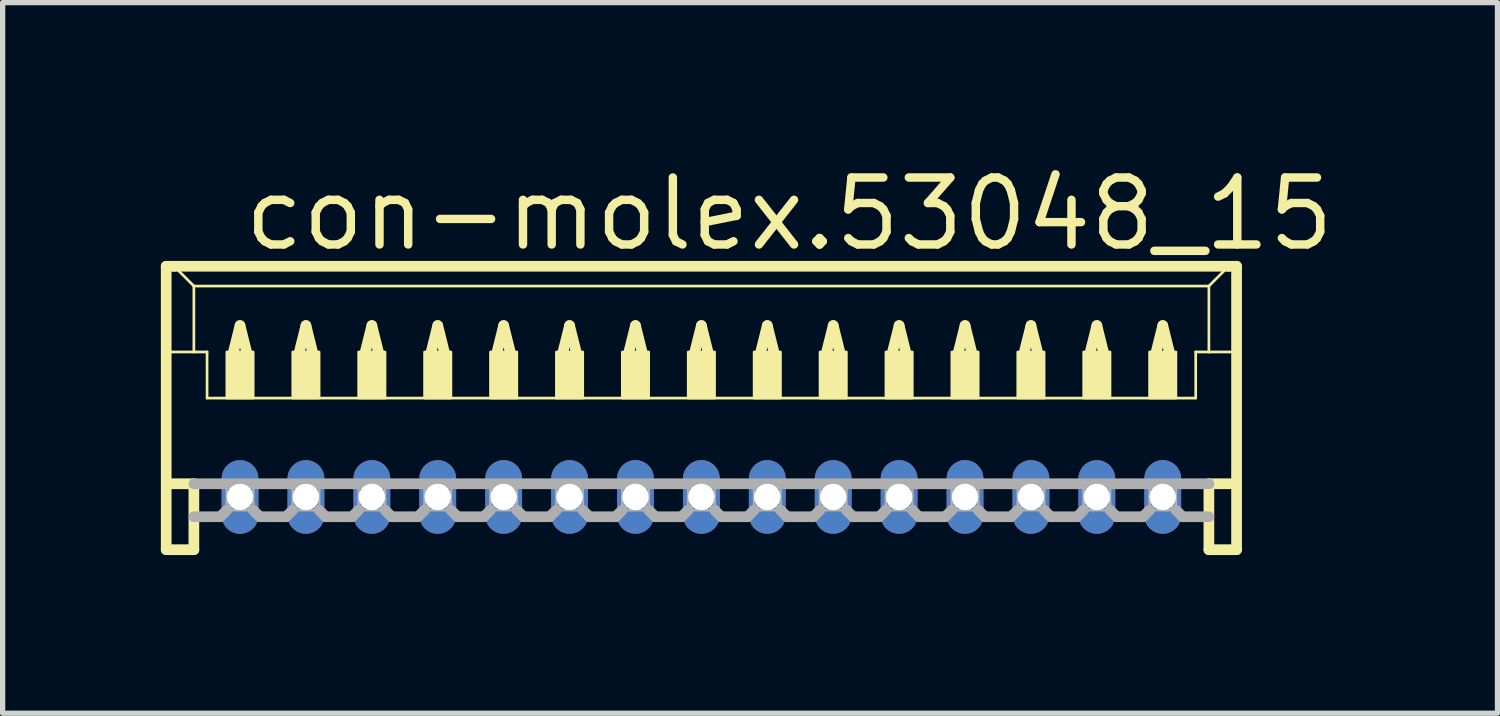
<source format=kicad_pcb>
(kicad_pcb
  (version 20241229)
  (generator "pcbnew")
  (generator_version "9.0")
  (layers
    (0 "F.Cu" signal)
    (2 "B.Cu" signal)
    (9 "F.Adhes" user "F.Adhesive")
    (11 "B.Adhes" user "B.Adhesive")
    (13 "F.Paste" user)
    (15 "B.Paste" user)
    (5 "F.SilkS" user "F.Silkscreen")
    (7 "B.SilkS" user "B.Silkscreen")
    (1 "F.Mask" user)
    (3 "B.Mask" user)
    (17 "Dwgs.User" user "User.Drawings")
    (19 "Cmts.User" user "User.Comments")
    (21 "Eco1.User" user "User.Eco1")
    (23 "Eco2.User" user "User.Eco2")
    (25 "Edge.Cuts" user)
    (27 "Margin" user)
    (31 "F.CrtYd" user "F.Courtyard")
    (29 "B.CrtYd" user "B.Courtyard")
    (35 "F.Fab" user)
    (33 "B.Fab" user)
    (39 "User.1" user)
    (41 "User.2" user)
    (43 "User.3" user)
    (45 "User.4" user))
  (footprint "con-molex.53048_15"
    (layer "F.Cu")
    (at 10.252 5.125)
    (property "Reference" "con-molex.53048_15" (at -8.75 -3.375 0) (layer "F.SilkS") (effects (font (size 1.27 1.27) (thickness 0.16)) (justify left bottom)))
    (attr through_hole)
    (fp_line (start -10.15 -3.125) (end -10.15 2.25) (stroke (width 0.203) (type default)) (layer "F.SilkS"))
    (fp_line (start -10.15 2.25) (end -9.625 2.25) (stroke (width 0.203) (type default)) (layer "F.SilkS"))
    (fp_line (start -10.125 -1.5) (end -9.625 -1.5) (stroke (width 0.051) (type default)) (layer "F.SilkS"))
    (fp_line (start -10.125 1) (end -9.625 1) (stroke (width 0.203) (type default)) (layer "F.SilkS"))
    (fp_line (start -10 -3.125) (end -10.15 -3.125) (stroke (width 0.203) (type default)) (layer "F.SilkS"))
    (fp_line (start -9.625 -2.75) (end -10 -3.125) (stroke (width 0.051) (type default)) (layer "F.SilkS"))
    (fp_line (start -9.625 -2.75) (end 9.625 -2.75) (stroke (width 0.051) (type default)) (layer "F.SilkS"))
    (fp_line (start -9.625 -1.5) (end -9.625 -2.75) (stroke (width 0.051) (type default)) (layer "F.SilkS"))
    (fp_line (start -9.625 -1.5) (end -9.375 -1.5) (stroke (width 0.051) (type default)) (layer "F.SilkS"))
    (fp_line (start -9.625 1) (end -9.625 2.25) (stroke (width 0.203) (type default)) (layer "F.SilkS"))
    (fp_line (start -9.375 -1.5) (end -9.375 -0.625) (stroke (width 0.051) (type default)) (layer "F.SilkS"))
    (fp_line (start -9.375 -0.625) (end 9.375 -0.625) (stroke (width 0.051) (type default)) (layer "F.SilkS"))
    (fp_line (start -8.875 -1.5) (end -8.75 -2) (stroke (width 0.203) (type default)) (layer "F.SilkS"))
    (fp_line (start -8.75 -2) (end -8.625 -1.5) (stroke (width 0.203) (type default)) (layer "F.SilkS"))
    (fp_line (start -7.625 -1.5) (end -7.5 -2) (stroke (width 0.203) (type default)) (layer "F.SilkS"))
    (fp_line (start -7.5 -2) (end -7.375 -1.5) (stroke (width 0.203) (type default)) (layer "F.SilkS"))
    (fp_line (start -6.375 -1.5) (end -6.25 -2) (stroke (width 0.203) (type default)) (layer "F.SilkS"))
    (fp_line (start -6.25 -2) (end -6.125 -1.5) (stroke (width 0.203) (type default)) (layer "F.SilkS"))
    (fp_line (start -5.125 -1.5) (end -5 -2) (stroke (width 0.203) (type default)) (layer "F.SilkS"))
    (fp_line (start -5 -2) (end -4.875 -1.5) (stroke (width 0.203) (type default)) (layer "F.SilkS"))
    (fp_line (start -3.875 -1.5) (end -3.75 -2) (stroke (width 0.203) (type default)) (layer "F.SilkS"))
    (fp_line (start -3.75 -2) (end -3.625 -1.5) (stroke (width 0.203) (type default)) (layer "F.SilkS"))
    (fp_line (start -2.625 -1.5) (end -2.5 -2) (stroke (width 0.203) (type default)) (layer "F.SilkS"))
    (fp_line (start -2.5 -2) (end -2.375 -1.5) (stroke (width 0.203) (type default)) (layer "F.SilkS"))
    (fp_line (start -1.375 -1.5) (end -1.25 -2) (stroke (width 0.203) (type default)) (layer "F.SilkS"))
    (fp_line (start -1.25 -2) (end -1.125 -1.5) (stroke (width 0.203) (type default)) (layer "F.SilkS"))
    (fp_line (start -0.125 -1.5) (end 0 -2) (stroke (width 0.203) (type default)) (layer "F.SilkS"))
    (fp_line (start 0 -2) (end 0.125 -1.5) (stroke (width 0.203) (type default)) (layer "F.SilkS"))
    (fp_line (start 1.125 -1.5) (end 1.25 -2) (stroke (width 0.203) (type default)) (layer "F.SilkS"))
    (fp_line (start 1.25 -2) (end 1.375 -1.5) (stroke (width 0.203) (type default)) (layer "F.SilkS"))
    (fp_line (start 2.375 -1.5) (end 2.5 -2) (stroke (width 0.203) (type default)) (layer "F.SilkS"))
    (fp_line (start 2.5 -2) (end 2.625 -1.5) (stroke (width 0.203) (type default)) (layer "F.SilkS"))
    (fp_line (start 3.625 -1.5) (end 3.75 -2) (stroke (width 0.203) (type default)) (layer "F.SilkS"))
    (fp_line (start 3.75 -2) (end 3.875 -1.5) (stroke (width 0.203) (type default)) (layer "F.SilkS"))
    (fp_line (start 4.875 -1.5) (end 5 -2) (stroke (width 0.203) (type default)) (layer "F.SilkS"))
    (fp_line (start 5 -2) (end 5.125 -1.5) (stroke (width 0.203) (type default)) (layer "F.SilkS"))
    (fp_line (start 6.125 -1.5) (end 6.25 -2) (stroke (width 0.203) (type default)) (layer "F.SilkS"))
    (fp_line (start 6.25 -2) (end 6.375 -1.5) (stroke (width 0.203) (type default)) (layer "F.SilkS"))
    (fp_line (start 7.375 -1.5) (end 7.5 -2) (stroke (width 0.203) (type default)) (layer "F.SilkS"))
    (fp_line (start 7.5 -2) (end 7.625 -1.5) (stroke (width 0.203) (type default)) (layer "F.SilkS"))
    (fp_line (start 8.625 -1.5) (end 8.75 -2) (stroke (width 0.203) (type default)) (layer "F.SilkS"))
    (fp_line (start 8.75 -2) (end 8.875 -1.5) (stroke (width 0.203) (type default)) (layer "F.SilkS"))
    (fp_line (start 9.375 -1.5) (end 9.375 -0.625) (stroke (width 0.051) (type default)) (layer "F.SilkS"))
    (fp_line (start 9.375 -1.5) (end 9.625 -1.5) (stroke (width 0.051) (type default)) (layer "F.SilkS"))
    (fp_line (start 9.625 -2.75) (end 9.625 -1.5) (stroke (width 0.051) (type default)) (layer "F.SilkS"))
    (fp_line (start 9.625 -2.75) (end 10 -3.125) (stroke (width 0.051) (type default)) (layer "F.SilkS"))
    (fp_line (start 9.625 -1.5) (end 10.125 -1.5) (stroke (width 0.051) (type default)) (layer "F.SilkS"))
    (fp_line (start 9.625 1) (end 9.625 2.25) (stroke (width 0.203) (type default)) (layer "F.SilkS"))
    (fp_line (start 9.625 1) (end 10.125 1) (stroke (width 0.203) (type default)) (layer "F.SilkS"))
    (fp_line (start 9.625 2.25) (end 10.15 2.25) (stroke (width 0.203) (type default)) (layer "F.SilkS"))
    (fp_line (start 10 -3.125) (end -10 -3.125) (stroke (width 0.203) (type default)) (layer "F.SilkS"))
    (fp_line (start 10.15 -3.125) (end 10 -3.125) (stroke (width 0.203) (type default)) (layer "F.SilkS"))
    (fp_line (start 10.15 2.25) (end 10.15 -3.125) (stroke (width 0.203) (type default)) (layer "F.SilkS"))
    (fp_rect (start -9 -0.625) (end -8.5 -1.5) (stroke (width 0.05) (type default)) (fill yes) (layer "F.SilkS"))
    (fp_rect (start -7.75 -0.625) (end -7.25 -1.5) (stroke (width 0.05) (type default)) (fill yes) (layer "F.SilkS"))
    (fp_rect (start -6.5 -0.625) (end -6 -1.5) (stroke (width 0.05) (type default)) (fill yes) (layer "F.SilkS"))
    (fp_rect (start -5.25 -0.625) (end -4.75 -1.5) (stroke (width 0.05) (type default)) (fill yes) (layer "F.SilkS"))
    (fp_rect (start -4 -0.625) (end -3.5 -1.5) (stroke (width 0.05) (type default)) (fill yes) (layer "F.SilkS"))
    (fp_rect (start -2.75 -0.625) (end -2.25 -1.5) (stroke (width 0.05) (type default)) (fill yes) (layer "F.SilkS"))
    (fp_rect (start -1.5 -0.625) (end -1 -1.5) (stroke (width 0.05) (type default)) (fill yes) (layer "F.SilkS"))
    (fp_rect (start -0.25 -0.625) (end 0.25 -1.5) (stroke (width 0.05) (type default)) (fill yes) (layer "F.SilkS"))
    (fp_rect (start 1 -0.625) (end 1.5 -1.5) (stroke (width 0.05) (type default)) (fill yes) (layer "F.SilkS"))
    (fp_rect (start 2.25 -0.625) (end 2.75 -1.5) (stroke (width 0.05) (type default)) (fill yes) (layer "F.SilkS"))
    (fp_rect (start 3.5 -0.625) (end 4 -1.5) (stroke (width 0.05) (type default)) (fill yes) (layer "F.SilkS"))
    (fp_rect (start 4.75 -0.625) (end 5.25 -1.5) (stroke (width 0.05) (type default)) (fill yes) (layer "F.SilkS"))
    (fp_rect (start 6 -0.625) (end 6.5 -1.5) (stroke (width 0.05) (type default)) (fill yes) (layer "F.SilkS"))
    (fp_rect (start 7.25 -0.625) (end 7.75 -1.5) (stroke (width 0.05) (type default)) (fill yes) (layer "F.SilkS"))
    (fp_rect (start 8.5 -0.625) (end 9 -1.5) (stroke (width 0.05) (type default)) (fill yes) (layer "F.SilkS"))
    (fp_line (start -9.625 1) (end 9.625 1) (stroke (width 0.203) (type default)) (layer "F.Fab"))
    (fp_line (start -9.125 1.625) (end -9.625 1.625) (stroke (width 0.203) (type default)) (layer "F.Fab"))
    (fp_line (start -9 1.5) (end -9.125 1.625) (stroke (width 0.203) (type default)) (layer "F.Fab"))
    (fp_line (start -8.5 1.5) (end -8.375 1.625) (stroke (width 0.203) (type default)) (layer "F.Fab"))
    (fp_line (start -7.875 1.625) (end -8.375 1.625) (stroke (width 0.203) (type default)) (layer "F.Fab"))
    (fp_line (start -7.75 1.5) (end -7.875 1.625) (stroke (width 0.203) (type default)) (layer "F.Fab"))
    (fp_line (start -7.25 1.5) (end -7.125 1.625) (stroke (width 0.203) (type default)) (layer "F.Fab"))
    (fp_line (start -6.625 1.625) (end -7.125 1.625) (stroke (width 0.203) (type default)) (layer "F.Fab"))
    (fp_line (start -6.5 1.5) (end -6.625 1.625) (stroke (width 0.203) (type default)) (layer "F.Fab"))
    (fp_line (start -6 1.5) (end -5.875 1.625) (stroke (width 0.203) (type default)) (layer "F.Fab"))
    (fp_line (start -5.375 1.625) (end -5.875 1.625) (stroke (width 0.203) (type default)) (layer "F.Fab"))
    (fp_line (start -5.25 1.5) (end -5.375 1.625) (stroke (width 0.203) (type default)) (layer "F.Fab"))
    (fp_line (start -4.75 1.5) (end -4.625 1.625) (stroke (width 0.203) (type default)) (layer "F.Fab"))
    (fp_line (start -4.125 1.625) (end -4.625 1.625) (stroke (width 0.203) (type default)) (layer "F.Fab"))
    (fp_line (start -4 1.5) (end -4.125 1.625) (stroke (width 0.203) (type default)) (layer "F.Fab"))
    (fp_line (start -3.5 1.5) (end -3.375 1.625) (stroke (width 0.203) (type default)) (layer "F.Fab"))
    (fp_line (start -2.875 1.625) (end -3.375 1.625) (stroke (width 0.203) (type default)) (layer "F.Fab"))
    (fp_line (start -2.75 1.5) (end -2.875 1.625) (stroke (width 0.203) (type default)) (layer "F.Fab"))
    (fp_line (start -2.25 1.5) (end -2.125 1.625) (stroke (width 0.203) (type default)) (layer "F.Fab"))
    (fp_line (start -1.625 1.625) (end -2.125 1.625) (stroke (width 0.203) (type default)) (layer "F.Fab"))
    (fp_line (start -1.5 1.5) (end -1.625 1.625) (stroke (width 0.203) (type default)) (layer "F.Fab"))
    (fp_line (start -1 1.5) (end -0.875 1.625) (stroke (width 0.203) (type default)) (layer "F.Fab"))
    (fp_line (start -0.375 1.625) (end -0.875 1.625) (stroke (width 0.203) (type default)) (layer "F.Fab"))
    (fp_line (start -0.25 1.5) (end -0.375 1.625) (stroke (width 0.203) (type default)) (layer "F.Fab"))
    (fp_line (start 0.25 1.5) (end 0.375 1.625) (stroke (width 0.203) (type default)) (layer "F.Fab"))
    (fp_line (start 0.875 1.625) (end 0.375 1.625) (stroke (width 0.203) (type default)) (layer "F.Fab"))
    (fp_line (start 1 1.5) (end 0.875 1.625) (stroke (width 0.203) (type default)) (layer "F.Fab"))
    (fp_line (start 1.5 1.5) (end 1.625 1.625) (stroke (width 0.203) (type default)) (layer "F.Fab"))
    (fp_line (start 2.125 1.625) (end 1.625 1.625) (stroke (width 0.203) (type default)) (layer "F.Fab"))
    (fp_line (start 2.25 1.5) (end 2.125 1.625) (stroke (width 0.203) (type default)) (layer "F.Fab"))
    (fp_line (start 2.75 1.5) (end 2.875 1.625) (stroke (width 0.203) (type default)) (layer "F.Fab"))
    (fp_line (start 3.375 1.625) (end 2.875 1.625) (stroke (width 0.203) (type default)) (layer "F.Fab"))
    (fp_line (start 3.5 1.5) (end 3.375 1.625) (stroke (width 0.203) (type default)) (layer "F.Fab"))
    (fp_line (start 4 1.5) (end 4.125 1.625) (stroke (width 0.203) (type default)) (layer "F.Fab"))
    (fp_line (start 4.625 1.625) (end 4.125 1.625) (stroke (width 0.203) (type default)) (layer "F.Fab"))
    (fp_line (start 4.75 1.5) (end 4.625 1.625) (stroke (width 0.203) (type default)) (layer "F.Fab"))
    (fp_line (start 5.25 1.5) (end 5.375 1.625) (stroke (width 0.203) (type default)) (layer "F.Fab"))
    (fp_line (start 5.875 1.625) (end 5.375 1.625) (stroke (width 0.203) (type default)) (layer "F.Fab"))
    (fp_line (start 6 1.5) (end 5.875 1.625) (stroke (width 0.203) (type default)) (layer "F.Fab"))
    (fp_line (start 6.5 1.5) (end 6.625 1.625) (stroke (width 0.203) (type default)) (layer "F.Fab"))
    (fp_line (start 7.125 1.625) (end 6.625 1.625) (stroke (width 0.203) (type default)) (layer "F.Fab"))
    (fp_line (start 7.25 1.5) (end 7.125 1.625) (stroke (width 0.203) (type default)) (layer "F.Fab"))
    (fp_line (start 7.75 1.5) (end 7.875 1.625) (stroke (width 0.203) (type default)) (layer "F.Fab"))
    (fp_line (start 8.375 1.625) (end 7.875 1.625) (stroke (width 0.203) (type default)) (layer "F.Fab"))
    (fp_line (start 8.5 1.5) (end 8.375 1.625) (stroke (width 0.203) (type default)) (layer "F.Fab"))
    (fp_line (start 9 1.5) (end 9.125 1.625) (stroke (width 0.203) (type default)) (layer "F.Fab"))
    (fp_line (start 9.625 1.625) (end 9.125 1.625) (stroke (width 0.203) (type default)) (layer "F.Fab"))
    (fp_rect (start -9 1.5) (end -8.5 1) (stroke (width 0.05) (type default)) (fill no) (layer "F.Fab"))
    (fp_rect (start -7.75 1.5) (end -7.25 1) (stroke (width 0.05) (type default)) (fill no) (layer "F.Fab"))
    (fp_rect (start -6.5 1.5) (end -6 1) (stroke (width 0.05) (type default)) (fill no) (layer "F.Fab"))
    (fp_rect (start -5.25 1.5) (end -4.75 1) (stroke (width 0.05) (type default)) (fill no) (layer "F.Fab"))
    (fp_rect (start -4 1.5) (end -3.5 1) (stroke (width 0.05) (type default)) (fill no) (layer "F.Fab"))
    (fp_rect (start -2.75 1.5) (end -2.25 1) (stroke (width 0.05) (type default)) (fill no) (layer "F.Fab"))
    (fp_rect (start -1.5 1.5) (end -1 1) (stroke (width 0.05) (type default)) (fill no) (layer "F.Fab"))
    (fp_rect (start -0.25 1.5) (end 0.25 1) (stroke (width 0.05) (type default)) (fill no) (layer "F.Fab"))
    (fp_rect (start 1 1.5) (end 1.5 1) (stroke (width 0.05) (type default)) (fill no) (layer "F.Fab"))
    (fp_rect (start 2.25 1.5) (end 2.75 1) (stroke (width 0.05) (type default)) (fill no) (layer "F.Fab"))
    (fp_rect (start 3.5 1.5) (end 4 1) (stroke (width 0.05) (type default)) (fill no) (layer "F.Fab"))
    (fp_rect (start 4.75 1.5) (end 5.25 1) (stroke (width 0.05) (type default)) (fill no) (layer "F.Fab"))
    (fp_rect (start 6 1.5) (end 6.5 1) (stroke (width 0.05) (type default)) (fill no) (layer "F.Fab"))
    (fp_rect (start 7.25 1.5) (end 7.75 1) (stroke (width 0.05) (type default)) (fill no) (layer "F.Fab"))
    (fp_rect (start 8.5 1.5) (end 9 1) (stroke (width 0.05) (type default)) (fill no) (layer "F.Fab"))
    (pad "1" thru_hole oval (at 8.75 1.25 90) (size 1.397 0.698) (drill 0.5) (layers "*.Cu" "*.Mask"))
    (pad "2" thru_hole oval (at 7.5 1.25 90) (size 1.397 0.698) (drill 0.5) (layers "*.Cu" "*.Mask"))
    (pad "3" thru_hole oval (at 6.25 1.25 90) (size 1.397 0.698) (drill 0.5) (layers "*.Cu" "*.Mask"))
    (pad "4" thru_hole oval (at 5 1.25 90) (size 1.397 0.698) (drill 0.5) (layers "*.Cu" "*.Mask"))
    (pad "5" thru_hole oval (at 3.75 1.25 90) (size 1.397 0.698) (drill 0.5) (layers "*.Cu" "*.Mask"))
    (pad "6" thru_hole oval (at 2.5 1.25 90) (size 1.397 0.698) (drill 0.5) (layers "*.Cu" "*.Mask"))
    (pad "7" thru_hole oval (at 1.25 1.25 90) (size 1.397 0.698) (drill 0.5) (layers "*.Cu" "*.Mask"))
    (pad "8" thru_hole oval (at 0 1.25 90) (size 1.397 0.698) (drill 0.5) (layers "*.Cu" "*.Mask"))
    (pad "9" thru_hole oval (at -1.25 1.25 90) (size 1.397 0.698) (drill 0.5) (layers "*.Cu" "*.Mask"))
    (pad "10" thru_hole oval (at -2.5 1.25 90) (size 1.397 0.698) (drill 0.5) (layers "*.Cu" "*.Mask"))
    (pad "11" thru_hole oval (at -3.75 1.25 90) (size 1.397 0.698) (drill 0.5) (layers "*.Cu" "*.Mask"))
    (pad "12" thru_hole oval (at -5 1.25 90) (size 1.397 0.698) (drill 0.5) (layers "*.Cu" "*.Mask"))
    (pad "13" thru_hole oval (at -6.25 1.25 90) (size 1.397 0.698) (drill 0.5) (layers "*.Cu" "*.Mask"))
    (pad "14" thru_hole oval (at -7.5 1.25 90) (size 1.397 0.698) (drill 0.5) (layers "*.Cu" "*.Mask"))
    (pad "15" thru_hole oval (at -8.75 1.25 90) (size 1.397 0.698) (drill 0.5) (layers "*.Cu" "*.Mask")))
  (gr_rect
    (start -3 -3)
    (end 25.35 10.477)
    (stroke (width 0.1) (type default))
    (fill no)
    (layer "Edge.Cuts")))
</source>
